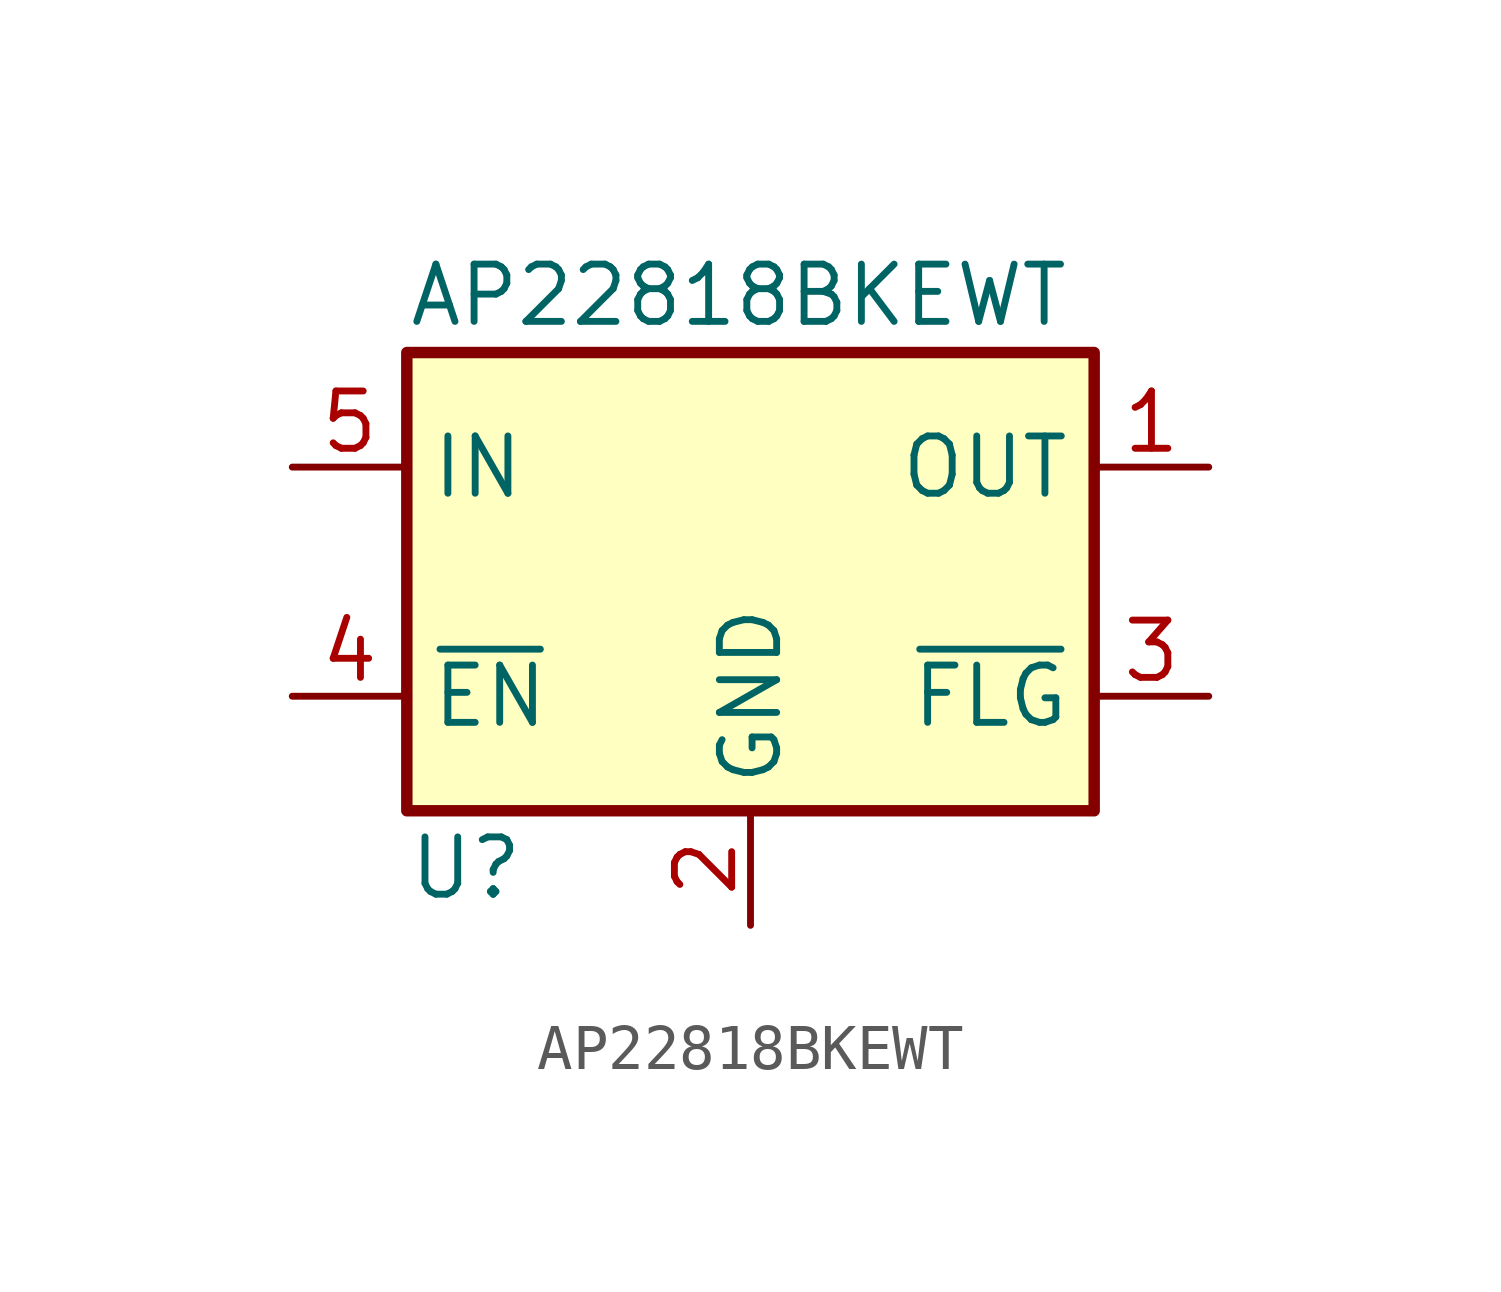
<source format=kicad_sym>
(kicad_symbol_lib
  (version 20241209)
  (generator "kicad_symbol_editor")
  (generator_version "9.0")
  (symbol "AP22818BKEWT"
    (property "Reference" "U"
      (at -7.62 -6.35 0)
      (effects (font (size 1.27 1.27)) (justify left)))
    (property "Value" "AP22818BKEWT"
      (at -7.62 6.35 0)
      (effects (font (size 1.27 1.27)) (justify left)))
    (symbol "AP22818BKEWT_0_1"
      (rectangle (start -7.62 5.08) (end 7.62 -5.08) (stroke (width 0.254) (type default)) (fill (type background))))
    (symbol "AP22818BKEWT_1_1"
      (pin power_in line (at -10.16 2.54 0) (length 2.54) (name "IN" (effects (font (size 1.27 1.27)))) (number "5" (effects (font (size 1.27 1.27)))))
      (pin input line (at -10.16 -2.54 0) (length 2.54) (name "~{EN}" (effects (font (size 1.27 1.27)))) (number "4" (effects (font (size 1.27 1.27)))))
      (pin power_in line (at 0 -7.62 90) (length 2.54) (name "GND" (effects (font (size 1.27 1.27)))) (number "2" (effects (font (size 1.27 1.27)))))
      (pin power_out line (at 10.16 2.54 180) (length 2.54) (name "OUT" (effects (font (size 1.27 1.27)))) (number "1" (effects (font (size 1.27 1.27)))))
      (pin open_collector line (at 10.16 -2.54 180) (length 2.54) (name "~{FLG}" (effects (font (size 1.27 1.27)))) (number "3" (effects (font (size 1.27 1.27))))))))
</source>
